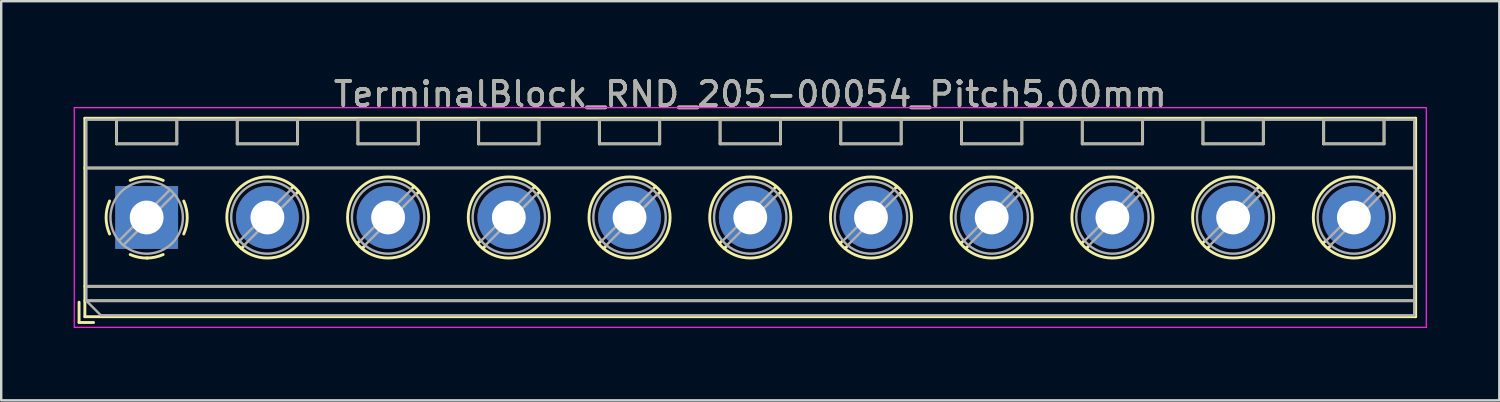
<source format=kicad_pcb>
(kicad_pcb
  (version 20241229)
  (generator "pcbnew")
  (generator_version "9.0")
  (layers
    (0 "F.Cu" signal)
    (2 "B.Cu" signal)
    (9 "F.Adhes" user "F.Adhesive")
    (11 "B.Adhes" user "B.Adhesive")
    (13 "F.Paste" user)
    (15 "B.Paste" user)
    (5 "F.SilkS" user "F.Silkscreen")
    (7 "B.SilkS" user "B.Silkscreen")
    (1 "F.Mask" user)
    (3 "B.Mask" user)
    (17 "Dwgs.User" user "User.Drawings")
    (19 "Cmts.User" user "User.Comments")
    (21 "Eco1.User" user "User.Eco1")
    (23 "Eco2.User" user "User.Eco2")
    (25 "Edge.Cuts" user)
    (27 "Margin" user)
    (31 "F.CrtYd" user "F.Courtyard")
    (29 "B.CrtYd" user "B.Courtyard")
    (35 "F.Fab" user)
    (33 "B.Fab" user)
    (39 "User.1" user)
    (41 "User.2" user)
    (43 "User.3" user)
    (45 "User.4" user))
  (footprint "TerminalBlock_RND_205-00054_Pitch5.00mm"
    (layer "F.Cu")
    (at 3.025 5.958)
    (property "Reference" "TerminalBlock_RND_205-00054_Pitch5.00mm" (at 25 -5.11 0) (layer "F.SilkS") (effects (font (size 1 1) (thickness 0.15))))
    (attr through_hole)
    (fp_line (start -2.8 3.51) (end -2.8 4.35) (stroke (width 0.12) (type solid)) (layer "F.SilkS"))
    (fp_line (start -2.8 4.35) (end -2.2 4.35) (stroke (width 0.12) (type solid)) (layer "F.SilkS"))
    (fp_line (start -2.56 -4.11) (end -2.56 4.11) (stroke (width 0.12) (type solid)) (layer "F.SilkS"))
    (fp_line (start -2.56 -2.05) (end 52.56 -2.05) (stroke (width 0.12) (type solid)) (layer "F.SilkS"))
    (fp_line (start -2.56 2.85) (end 52.56 2.85) (stroke (width 0.12) (type solid)) (layer "F.SilkS"))
    (fp_line (start -2.56 3.45) (end 52.56 3.45) (stroke (width 0.12) (type solid)) (layer "F.SilkS"))
    (fp_line (start -2.56 4.11) (end 52.56 4.11) (stroke (width 0.12) (type solid)) (layer "F.SilkS"))
    (fp_line (start -1.25 -4.05) (end -1.25 -3.05) (stroke (width 0.12) (type solid)) (layer "F.SilkS"))
    (fp_line (start -1.25 -4.05) (end 1.25 -4.05) (stroke (width 0.12) (type solid)) (layer "F.SilkS"))
    (fp_line (start -1.25 -3.05) (end 1.25 -3.05) (stroke (width 0.12) (type solid)) (layer "F.SilkS"))
    (fp_line (start 1.25 -4.05) (end 1.25 -3.05) (stroke (width 0.12) (type solid)) (layer "F.SilkS"))
    (fp_line (start 3.75 -4.05) (end 3.75 -3.05) (stroke (width 0.12) (type solid)) (layer "F.SilkS"))
    (fp_line (start 3.75 -4.05) (end 6.25 -4.05) (stroke (width 0.12) (type solid)) (layer "F.SilkS"))
    (fp_line (start 3.75 -3.05) (end 6.25 -3.05) (stroke (width 0.12) (type solid)) (layer "F.SilkS"))
    (fp_line (start 3.82 0.976) (end 3.726 1.069) (stroke (width 0.12) (type solid)) (layer "F.SilkS"))
    (fp_line (start 4.002 1.204) (end 3.931 1.274) (stroke (width 0.12) (type solid)) (layer "F.SilkS"))
    (fp_line (start 6.07 -1.275) (end 5.999 -1.204) (stroke (width 0.12) (type solid)) (layer "F.SilkS"))
    (fp_line (start 6.25 -4.05) (end 6.25 -3.05) (stroke (width 0.12) (type solid)) (layer "F.SilkS"))
    (fp_line (start 6.275 -1.069) (end 6.181 -0.976) (stroke (width 0.12) (type solid)) (layer "F.SilkS"))
    (fp_line (start 8.75 -4.05) (end 8.75 -3.05) (stroke (width 0.12) (type solid)) (layer "F.SilkS"))
    (fp_line (start 8.75 -4.05) (end 11.25 -4.05) (stroke (width 0.12) (type solid)) (layer "F.SilkS"))
    (fp_line (start 8.75 -3.05) (end 11.25 -3.05) (stroke (width 0.12) (type solid)) (layer "F.SilkS"))
    (fp_line (start 8.82 0.976) (end 8.726 1.069) (stroke (width 0.12) (type solid)) (layer "F.SilkS"))
    (fp_line (start 9.002 1.204) (end 8.931 1.274) (stroke (width 0.12) (type solid)) (layer "F.SilkS"))
    (fp_line (start 11.07 -1.275) (end 10.999 -1.204) (stroke (width 0.12) (type solid)) (layer "F.SilkS"))
    (fp_line (start 11.25 -4.05) (end 11.25 -3.05) (stroke (width 0.12) (type solid)) (layer "F.SilkS"))
    (fp_line (start 11.275 -1.069) (end 11.181 -0.976) (stroke (width 0.12) (type solid)) (layer "F.SilkS"))
    (fp_line (start 13.75 -4.05) (end 13.75 -3.05) (stroke (width 0.12) (type solid)) (layer "F.SilkS"))
    (fp_line (start 13.75 -4.05) (end 16.25 -4.05) (stroke (width 0.12) (type solid)) (layer "F.SilkS"))
    (fp_line (start 13.75 -3.05) (end 16.25 -3.05) (stroke (width 0.12) (type solid)) (layer "F.SilkS"))
    (fp_line (start 13.82 0.976) (end 13.726 1.069) (stroke (width 0.12) (type solid)) (layer "F.SilkS"))
    (fp_line (start 14.002 1.204) (end 13.931 1.274) (stroke (width 0.12) (type solid)) (layer "F.SilkS"))
    (fp_line (start 16.07 -1.275) (end 15.999 -1.204) (stroke (width 0.12) (type solid)) (layer "F.SilkS"))
    (fp_line (start 16.25 -4.05) (end 16.25 -3.05) (stroke (width 0.12) (type solid)) (layer "F.SilkS"))
    (fp_line (start 16.275 -1.069) (end 16.181 -0.976) (stroke (width 0.12) (type solid)) (layer "F.SilkS"))
    (fp_line (start 18.75 -4.05) (end 18.75 -3.05) (stroke (width 0.12) (type solid)) (layer "F.SilkS"))
    (fp_line (start 18.75 -4.05) (end 21.25 -4.05) (stroke (width 0.12) (type solid)) (layer "F.SilkS"))
    (fp_line (start 18.75 -3.05) (end 21.25 -3.05) (stroke (width 0.12) (type solid)) (layer "F.SilkS"))
    (fp_line (start 18.82 0.976) (end 18.726 1.069) (stroke (width 0.12) (type solid)) (layer "F.SilkS"))
    (fp_line (start 19.002 1.204) (end 18.931 1.274) (stroke (width 0.12) (type solid)) (layer "F.SilkS"))
    (fp_line (start 21.07 -1.275) (end 20.999 -1.204) (stroke (width 0.12) (type solid)) (layer "F.SilkS"))
    (fp_line (start 21.25 -4.05) (end 21.25 -3.05) (stroke (width 0.12) (type solid)) (layer "F.SilkS"))
    (fp_line (start 21.275 -1.069) (end 21.181 -0.976) (stroke (width 0.12) (type solid)) (layer "F.SilkS"))
    (fp_line (start 23.75 -4.05) (end 23.75 -3.05) (stroke (width 0.12) (type solid)) (layer "F.SilkS"))
    (fp_line (start 23.75 -4.05) (end 26.25 -4.05) (stroke (width 0.12) (type solid)) (layer "F.SilkS"))
    (fp_line (start 23.75 -3.05) (end 26.25 -3.05) (stroke (width 0.12) (type solid)) (layer "F.SilkS"))
    (fp_line (start 23.82 0.976) (end 23.726 1.069) (stroke (width 0.12) (type solid)) (layer "F.SilkS"))
    (fp_line (start 24.002 1.204) (end 23.931 1.274) (stroke (width 0.12) (type solid)) (layer "F.SilkS"))
    (fp_line (start 26.07 -1.275) (end 25.999 -1.204) (stroke (width 0.12) (type solid)) (layer "F.SilkS"))
    (fp_line (start 26.25 -4.05) (end 26.25 -3.05) (stroke (width 0.12) (type solid)) (layer "F.SilkS"))
    (fp_line (start 26.275 -1.069) (end 26.181 -0.976) (stroke (width 0.12) (type solid)) (layer "F.SilkS"))
    (fp_line (start 28.75 -4.05) (end 28.75 -3.05) (stroke (width 0.12) (type solid)) (layer "F.SilkS"))
    (fp_line (start 28.75 -4.05) (end 31.25 -4.05) (stroke (width 0.12) (type solid)) (layer "F.SilkS"))
    (fp_line (start 28.75 -3.05) (end 31.25 -3.05) (stroke (width 0.12) (type solid)) (layer "F.SilkS"))
    (fp_line (start 28.82 0.976) (end 28.726 1.069) (stroke (width 0.12) (type solid)) (layer "F.SilkS"))
    (fp_line (start 29.002 1.204) (end 28.931 1.274) (stroke (width 0.12) (type solid)) (layer "F.SilkS"))
    (fp_line (start 31.07 -1.275) (end 30.999 -1.204) (stroke (width 0.12) (type solid)) (layer "F.SilkS"))
    (fp_line (start 31.25 -4.05) (end 31.25 -3.05) (stroke (width 0.12) (type solid)) (layer "F.SilkS"))
    (fp_line (start 31.275 -1.069) (end 31.181 -0.976) (stroke (width 0.12) (type solid)) (layer "F.SilkS"))
    (fp_line (start 33.75 -4.05) (end 33.75 -3.05) (stroke (width 0.12) (type solid)) (layer "F.SilkS"))
    (fp_line (start 33.75 -4.05) (end 36.25 -4.05) (stroke (width 0.12) (type solid)) (layer "F.SilkS"))
    (fp_line (start 33.75 -3.05) (end 36.25 -3.05) (stroke (width 0.12) (type solid)) (layer "F.SilkS"))
    (fp_line (start 33.82 0.976) (end 33.726 1.069) (stroke (width 0.12) (type solid)) (layer "F.SilkS"))
    (fp_line (start 34.002 1.204) (end 33.931 1.274) (stroke (width 0.12) (type solid)) (layer "F.SilkS"))
    (fp_line (start 36.07 -1.275) (end 35.999 -1.204) (stroke (width 0.12) (type solid)) (layer "F.SilkS"))
    (fp_line (start 36.25 -4.05) (end 36.25 -3.05) (stroke (width 0.12) (type solid)) (layer "F.SilkS"))
    (fp_line (start 36.275 -1.069) (end 36.181 -0.976) (stroke (width 0.12) (type solid)) (layer "F.SilkS"))
    (fp_line (start 38.75 -4.05) (end 38.75 -3.05) (stroke (width 0.12) (type solid)) (layer "F.SilkS"))
    (fp_line (start 38.75 -4.05) (end 41.25 -4.05) (stroke (width 0.12) (type solid)) (layer "F.SilkS"))
    (fp_line (start 38.75 -3.05) (end 41.25 -3.05) (stroke (width 0.12) (type solid)) (layer "F.SilkS"))
    (fp_line (start 38.82 0.976) (end 38.726 1.069) (stroke (width 0.12) (type solid)) (layer "F.SilkS"))
    (fp_line (start 39.002 1.204) (end 38.931 1.274) (stroke (width 0.12) (type solid)) (layer "F.SilkS"))
    (fp_line (start 41.07 -1.275) (end 40.999 -1.204) (stroke (width 0.12) (type solid)) (layer "F.SilkS"))
    (fp_line (start 41.25 -4.05) (end 41.25 -3.05) (stroke (width 0.12) (type solid)) (layer "F.SilkS"))
    (fp_line (start 41.275 -1.069) (end 41.181 -0.976) (stroke (width 0.12) (type solid)) (layer "F.SilkS"))
    (fp_line (start 43.75 -4.05) (end 43.75 -3.05) (stroke (width 0.12) (type solid)) (layer "F.SilkS"))
    (fp_line (start 43.75 -4.05) (end 46.25 -4.05) (stroke (width 0.12) (type solid)) (layer "F.SilkS"))
    (fp_line (start 43.75 -3.05) (end 46.25 -3.05) (stroke (width 0.12) (type solid)) (layer "F.SilkS"))
    (fp_line (start 43.82 0.976) (end 43.726 1.069) (stroke (width 0.12) (type solid)) (layer "F.SilkS"))
    (fp_line (start 44.002 1.204) (end 43.931 1.274) (stroke (width 0.12) (type solid)) (layer "F.SilkS"))
    (fp_line (start 46.07 -1.275) (end 45.999 -1.204) (stroke (width 0.12) (type solid)) (layer "F.SilkS"))
    (fp_line (start 46.25 -4.05) (end 46.25 -3.05) (stroke (width 0.12) (type solid)) (layer "F.SilkS"))
    (fp_line (start 46.275 -1.069) (end 46.181 -0.976) (stroke (width 0.12) (type solid)) (layer "F.SilkS"))
    (fp_line (start 48.75 -4.05) (end 48.75 -3.05) (stroke (width 0.12) (type solid)) (layer "F.SilkS"))
    (fp_line (start 48.75 -4.05) (end 51.25 -4.05) (stroke (width 0.12) (type solid)) (layer "F.SilkS"))
    (fp_line (start 48.75 -3.05) (end 51.25 -3.05) (stroke (width 0.12) (type solid)) (layer "F.SilkS"))
    (fp_line (start 48.82 0.976) (end 48.726 1.069) (stroke (width 0.12) (type solid)) (layer "F.SilkS"))
    (fp_line (start 49.002 1.204) (end 48.931 1.274) (stroke (width 0.12) (type solid)) (layer "F.SilkS"))
    (fp_line (start 51.07 -1.275) (end 50.999 -1.204) (stroke (width 0.12) (type solid)) (layer "F.SilkS"))
    (fp_line (start 51.25 -4.05) (end 51.25 -3.05) (stroke (width 0.12) (type solid)) (layer "F.SilkS"))
    (fp_line (start 51.275 -1.069) (end 51.181 -0.976) (stroke (width 0.12) (type solid)) (layer "F.SilkS"))
    (fp_line (start 52.56 -4.11) (end -2.56 -4.11) (stroke (width 0.12) (type solid)) (layer "F.SilkS"))
    (fp_line (start 52.56 4.11) (end 52.56 -4.11) (stroke (width 0.12) (type solid)) (layer "F.SilkS"))
    (fp_arc (start -1.535427 0.683042) (mid -1.680501 -0.000524) (end -1.535 -0.684) (stroke (width 0.12) (type solid)) (layer "F.SilkS"))
    (fp_arc (start -0.683042 -1.535427) (mid 0.000524 -1.680501) (end 0.684 -1.535) (stroke (width 0.12) (type solid)) (layer "F.SilkS"))
    (fp_arc (start 0.028805 1.680253) (mid -0.335551 1.646659) (end -0.684 1.535) (stroke (width 0.12) (type solid)) (layer "F.SilkS"))
    (fp_arc (start 0.683318 1.534756) (mid 0.349292 1.643288) (end 0 1.68) (stroke (width 0.12) (type solid)) (layer "F.SilkS"))
    (fp_arc (start 1.535427 -0.683042) (mid 1.680501 0.000524) (end 1.535 0.684) (stroke (width 0.12) (type solid)) (layer "F.SilkS"))
    (fp_circle (center 5 0) (end 6.68 0) (stroke (width 0.12) (type solid)) (fill no) (layer "F.SilkS"))
    (fp_circle (center 10 0) (end 11.68 0) (stroke (width 0.12) (type solid)) (fill no) (layer "F.SilkS"))
    (fp_circle (center 15 0) (end 16.68 0) (stroke (width 0.12) (type solid)) (fill no) (layer "F.SilkS"))
    (fp_circle (center 20 0) (end 21.68 0) (stroke (width 0.12) (type solid)) (fill no) (layer "F.SilkS"))
    (fp_circle (center 25 0) (end 26.68 0) (stroke (width 0.12) (type solid)) (fill no) (layer "F.SilkS"))
    (fp_circle (center 30 0) (end 31.68 0) (stroke (width 0.12) (type solid)) (fill no) (layer "F.SilkS"))
    (fp_circle (center 35 0) (end 36.68 0) (stroke (width 0.12) (type solid)) (fill no) (layer "F.SilkS"))
    (fp_circle (center 40 0) (end 41.68 0) (stroke (width 0.12) (type solid)) (fill no) (layer "F.SilkS"))
    (fp_circle (center 45 0) (end 46.68 0) (stroke (width 0.12) (type solid)) (fill no) (layer "F.SilkS"))
    (fp_circle (center 50 0) (end 51.68 0) (stroke (width 0.12) (type solid)) (fill no) (layer "F.SilkS"))
    (fp_line (start -3 -4.55) (end -3 4.55) (stroke (width 0.05) (type solid)) (layer "F.CrtYd"))
    (fp_line (start -3 4.55) (end 53 4.55) (stroke (width 0.05) (type solid)) (layer "F.CrtYd"))
    (fp_line (start 53 -4.55) (end -3 -4.55) (stroke (width 0.05) (type solid)) (layer "F.CrtYd"))
    (fp_line (start 53 4.55) (end 53 -4.55) (stroke (width 0.05) (type solid)) (layer "F.CrtYd"))
    (fp_line (start -2.5 -4.05) (end 52.5 -4.05) (stroke (width 0.1) (type solid)) (layer "F.Fab"))
    (fp_line (start -2.5 -2.05) (end 52.5 -2.05) (stroke (width 0.1) (type solid)) (layer "F.Fab"))
    (fp_line (start -2.5 2.85) (end 52.5 2.85) (stroke (width 0.1) (type solid)) (layer "F.Fab"))
    (fp_line (start -2.5 3.45) (end -2.5 -4.05) (stroke (width 0.1) (type solid)) (layer "F.Fab"))
    (fp_line (start -2.5 3.45) (end 52.5 3.45) (stroke (width 0.1) (type solid)) (layer "F.Fab"))
    (fp_line (start -1.9 4.05) (end -2.5 3.45) (stroke (width 0.1) (type solid)) (layer "F.Fab"))
    (fp_line (start -1.25 -4.05) (end -1.25 -3.05) (stroke (width 0.1) (type solid)) (layer "F.Fab"))
    (fp_line (start -1.25 -3.05) (end 1.25 -3.05) (stroke (width 0.1) (type solid)) (layer "F.Fab"))
    (fp_line (start 0.955 -1.138) (end -1.138 0.955) (stroke (width 0.1) (type solid)) (layer "F.Fab"))
    (fp_line (start 1.138 -0.955) (end -0.955 1.138) (stroke (width 0.1) (type solid)) (layer "F.Fab"))
    (fp_line (start 1.25 -4.05) (end -1.25 -4.05) (stroke (width 0.1) (type solid)) (layer "F.Fab"))
    (fp_line (start 1.25 -3.05) (end 1.25 -4.05) (stroke (width 0.1) (type solid)) (layer "F.Fab"))
    (fp_line (start 3.75 -4.05) (end 3.75 -3.05) (stroke (width 0.1) (type solid)) (layer "F.Fab"))
    (fp_line (start 3.75 -3.05) (end 6.25 -3.05) (stroke (width 0.1) (type solid)) (layer "F.Fab"))
    (fp_line (start 5.955 -1.138) (end 3.863 0.955) (stroke (width 0.1) (type solid)) (layer "F.Fab"))
    (fp_line (start 6.138 -0.955) (end 4.046 1.138) (stroke (width 0.1) (type solid)) (layer "F.Fab"))
    (fp_line (start 6.25 -4.05) (end 3.75 -4.05) (stroke (width 0.1) (type solid)) (layer "F.Fab"))
    (fp_line (start 6.25 -3.05) (end 6.25 -4.05) (stroke (width 0.1) (type solid)) (layer "F.Fab"))
    (fp_line (start 8.75 -4.05) (end 8.75 -3.05) (stroke (width 0.1) (type solid)) (layer "F.Fab"))
    (fp_line (start 8.75 -3.05) (end 11.25 -3.05) (stroke (width 0.1) (type solid)) (layer "F.Fab"))
    (fp_line (start 10.955 -1.138) (end 8.863 0.955) (stroke (width 0.1) (type solid)) (layer "F.Fab"))
    (fp_line (start 11.138 -0.955) (end 9.046 1.138) (stroke (width 0.1) (type solid)) (layer "F.Fab"))
    (fp_line (start 11.25 -4.05) (end 8.75 -4.05) (stroke (width 0.1) (type solid)) (layer "F.Fab"))
    (fp_line (start 11.25 -3.05) (end 11.25 -4.05) (stroke (width 0.1) (type solid)) (layer "F.Fab"))
    (fp_line (start 13.75 -4.05) (end 13.75 -3.05) (stroke (width 0.1) (type solid)) (layer "F.Fab"))
    (fp_line (start 13.75 -3.05) (end 16.25 -3.05) (stroke (width 0.1) (type solid)) (layer "F.Fab"))
    (fp_line (start 15.955 -1.138) (end 13.863 0.955) (stroke (width 0.1) (type solid)) (layer "F.Fab"))
    (fp_line (start 16.138 -0.955) (end 14.046 1.138) (stroke (width 0.1) (type solid)) (layer "F.Fab"))
    (fp_line (start 16.25 -4.05) (end 13.75 -4.05) (stroke (width 0.1) (type solid)) (layer "F.Fab"))
    (fp_line (start 16.25 -3.05) (end 16.25 -4.05) (stroke (width 0.1) (type solid)) (layer "F.Fab"))
    (fp_line (start 18.75 -4.05) (end 18.75 -3.05) (stroke (width 0.1) (type solid)) (layer "F.Fab"))
    (fp_line (start 18.75 -3.05) (end 21.25 -3.05) (stroke (width 0.1) (type solid)) (layer "F.Fab"))
    (fp_line (start 20.955 -1.138) (end 18.863 0.955) (stroke (width 0.1) (type solid)) (layer "F.Fab"))
    (fp_line (start 21.138 -0.955) (end 19.046 1.138) (stroke (width 0.1) (type solid)) (layer "F.Fab"))
    (fp_line (start 21.25 -4.05) (end 18.75 -4.05) (stroke (width 0.1) (type solid)) (layer "F.Fab"))
    (fp_line (start 21.25 -3.05) (end 21.25 -4.05) (stroke (width 0.1) (type solid)) (layer "F.Fab"))
    (fp_line (start 23.75 -4.05) (end 23.75 -3.05) (stroke (width 0.1) (type solid)) (layer "F.Fab"))
    (fp_line (start 23.75 -3.05) (end 26.25 -3.05) (stroke (width 0.1) (type solid)) (layer "F.Fab"))
    (fp_line (start 25.955 -1.138) (end 23.863 0.955) (stroke (width 0.1) (type solid)) (layer "F.Fab"))
    (fp_line (start 26.138 -0.955) (end 24.046 1.138) (stroke (width 0.1) (type solid)) (layer "F.Fab"))
    (fp_line (start 26.25 -4.05) (end 23.75 -4.05) (stroke (width 0.1) (type solid)) (layer "F.Fab"))
    (fp_line (start 26.25 -3.05) (end 26.25 -4.05) (stroke (width 0.1) (type solid)) (layer "F.Fab"))
    (fp_line (start 28.75 -4.05) (end 28.75 -3.05) (stroke (width 0.1) (type solid)) (layer "F.Fab"))
    (fp_line (start 28.75 -3.05) (end 31.25 -3.05) (stroke (width 0.1) (type solid)) (layer "F.Fab"))
    (fp_line (start 30.955 -1.138) (end 28.863 0.955) (stroke (width 0.1) (type solid)) (layer "F.Fab"))
    (fp_line (start 31.138 -0.955) (end 29.046 1.138) (stroke (width 0.1) (type solid)) (layer "F.Fab"))
    (fp_line (start 31.25 -4.05) (end 28.75 -4.05) (stroke (width 0.1) (type solid)) (layer "F.Fab"))
    (fp_line (start 31.25 -3.05) (end 31.25 -4.05) (stroke (width 0.1) (type solid)) (layer "F.Fab"))
    (fp_line (start 33.75 -4.05) (end 33.75 -3.05) (stroke (width 0.1) (type solid)) (layer "F.Fab"))
    (fp_line (start 33.75 -3.05) (end 36.25 -3.05) (stroke (width 0.1) (type solid)) (layer "F.Fab"))
    (fp_line (start 35.955 -1.138) (end 33.863 0.955) (stroke (width 0.1) (type solid)) (layer "F.Fab"))
    (fp_line (start 36.138 -0.955) (end 34.046 1.138) (stroke (width 0.1) (type solid)) (layer "F.Fab"))
    (fp_line (start 36.25 -4.05) (end 33.75 -4.05) (stroke (width 0.1) (type solid)) (layer "F.Fab"))
    (fp_line (start 36.25 -3.05) (end 36.25 -4.05) (stroke (width 0.1) (type solid)) (layer "F.Fab"))
    (fp_line (start 38.75 -4.05) (end 38.75 -3.05) (stroke (width 0.1) (type solid)) (layer "F.Fab"))
    (fp_line (start 38.75 -3.05) (end 41.25 -3.05) (stroke (width 0.1) (type solid)) (layer "F.Fab"))
    (fp_line (start 40.955 -1.138) (end 38.863 0.955) (stroke (width 0.1) (type solid)) (layer "F.Fab"))
    (fp_line (start 41.138 -0.955) (end 39.046 1.138) (stroke (width 0.1) (type solid)) (layer "F.Fab"))
    (fp_line (start 41.25 -4.05) (end 38.75 -4.05) (stroke (width 0.1) (type solid)) (layer "F.Fab"))
    (fp_line (start 41.25 -3.05) (end 41.25 -4.05) (stroke (width 0.1) (type solid)) (layer "F.Fab"))
    (fp_line (start 43.75 -4.05) (end 43.75 -3.05) (stroke (width 0.1) (type solid)) (layer "F.Fab"))
    (fp_line (start 43.75 -3.05) (end 46.25 -3.05) (stroke (width 0.1) (type solid)) (layer "F.Fab"))
    (fp_line (start 45.955 -1.138) (end 43.863 0.955) (stroke (width 0.1) (type solid)) (layer "F.Fab"))
    (fp_line (start 46.138 -0.955) (end 44.046 1.138) (stroke (width 0.1) (type solid)) (layer "F.Fab"))
    (fp_line (start 46.25 -4.05) (end 43.75 -4.05) (stroke (width 0.1) (type solid)) (layer "F.Fab"))
    (fp_line (start 46.25 -3.05) (end 46.25 -4.05) (stroke (width 0.1) (type solid)) (layer "F.Fab"))
    (fp_line (start 48.75 -4.05) (end 48.75 -3.05) (stroke (width 0.1) (type solid)) (layer "F.Fab"))
    (fp_line (start 48.75 -3.05) (end 51.25 -3.05) (stroke (width 0.1) (type solid)) (layer "F.Fab"))
    (fp_line (start 50.955 -1.138) (end 48.863 0.955) (stroke (width 0.1) (type solid)) (layer "F.Fab"))
    (fp_line (start 51.138 -0.955) (end 49.046 1.138) (stroke (width 0.1) (type solid)) (layer "F.Fab"))
    (fp_line (start 51.25 -4.05) (end 48.75 -4.05) (stroke (width 0.1) (type solid)) (layer "F.Fab"))
    (fp_line (start 51.25 -3.05) (end 51.25 -4.05) (stroke (width 0.1) (type solid)) (layer "F.Fab"))
    (fp_line (start 52.5 -4.05) (end 52.5 4.05) (stroke (width 0.1) (type solid)) (layer "F.Fab"))
    (fp_line (start 52.5 4.05) (end -1.9 4.05) (stroke (width 0.1) (type solid)) (layer "F.Fab"))
    (fp_circle (center 0 0) (end 1.5 0) (stroke (width 0.1) (type solid)) (fill no) (layer "F.Fab"))
    (fp_circle (center 5 0) (end 6.5 0) (stroke (width 0.1) (type solid)) (fill no) (layer "F.Fab"))
    (fp_circle (center 10 0) (end 11.5 0) (stroke (width 0.1) (type solid)) (fill no) (layer "F.Fab"))
    (fp_circle (center 15 0) (end 16.5 0) (stroke (width 0.1) (type solid)) (fill no) (layer "F.Fab"))
    (fp_circle (center 20 0) (end 21.5 0) (stroke (width 0.1) (type solid)) (fill no) (layer "F.Fab"))
    (fp_circle (center 25 0) (end 26.5 0) (stroke (width 0.1) (type solid)) (fill no) (layer "F.Fab"))
    (fp_circle (center 30 0) (end 31.5 0) (stroke (width 0.1) (type solid)) (fill no) (layer "F.Fab"))
    (fp_circle (center 35 0) (end 36.5 0) (stroke (width 0.1) (type solid)) (fill no) (layer "F.Fab"))
    (fp_circle (center 40 0) (end 41.5 0) (stroke (width 0.1) (type solid)) (fill no) (layer "F.Fab"))
    (fp_circle (center 45 0) (end 46.5 0) (stroke (width 0.1) (type solid)) (fill no) (layer "F.Fab"))
    (fp_circle (center 50 0) (end 51.5 0) (stroke (width 0.1) (type solid)) (fill no) (layer "F.Fab"))
    (fp_text user "${REFERENCE}" (at 25 -5.11 0) (layer "F.Fab") (effects (font (size 1 1) (thickness 0.15))))
    (pad "1" thru_hole rect (at 0 0) (size 2.6 2.6) (drill 1.4) (layers "*.Cu" "*.Mask"))
    (pad "2" thru_hole oval (at 5 0) (size 2.6 2.6) (drill 1.4) (layers "*.Cu" "*.Mask"))
    (pad "3" thru_hole oval (at 10 0) (size 2.6 2.6) (drill 1.4) (layers "*.Cu" "*.Mask"))
    (pad "4" thru_hole oval (at 15 0) (size 2.6 2.6) (drill 1.4) (layers "*.Cu" "*.Mask"))
    (pad "5" thru_hole oval (at 20 0) (size 2.6 2.6) (drill 1.4) (layers "*.Cu" "*.Mask"))
    (pad "6" thru_hole oval (at 25 0) (size 2.6 2.6) (drill 1.4) (layers "*.Cu" "*.Mask"))
    (pad "7" thru_hole oval (at 30 0) (size 2.6 2.6) (drill 1.4) (layers "*.Cu" "*.Mask"))
    (pad "8" thru_hole oval (at 35 0) (size 2.6 2.6) (drill 1.4) (layers "*.Cu" "*.Mask"))
    (pad "9" thru_hole oval (at 40 0) (size 2.6 2.6) (drill 1.4) (layers "*.Cu" "*.Mask"))
    (pad "10" thru_hole oval (at 45 0) (size 2.6 2.6) (drill 1.4) (layers "*.Cu" "*.Mask"))
    (pad "11" thru_hole oval (at 50 0) (size 2.6 2.6) (drill 1.4) (layers "*.Cu" "*.Mask")))
  (gr_rect
    (start -3 -3)
    (end 59.05 13.533)
    (stroke (width 0.1) (type default))
    (fill no)
    (layer "Edge.Cuts")))
</source>
